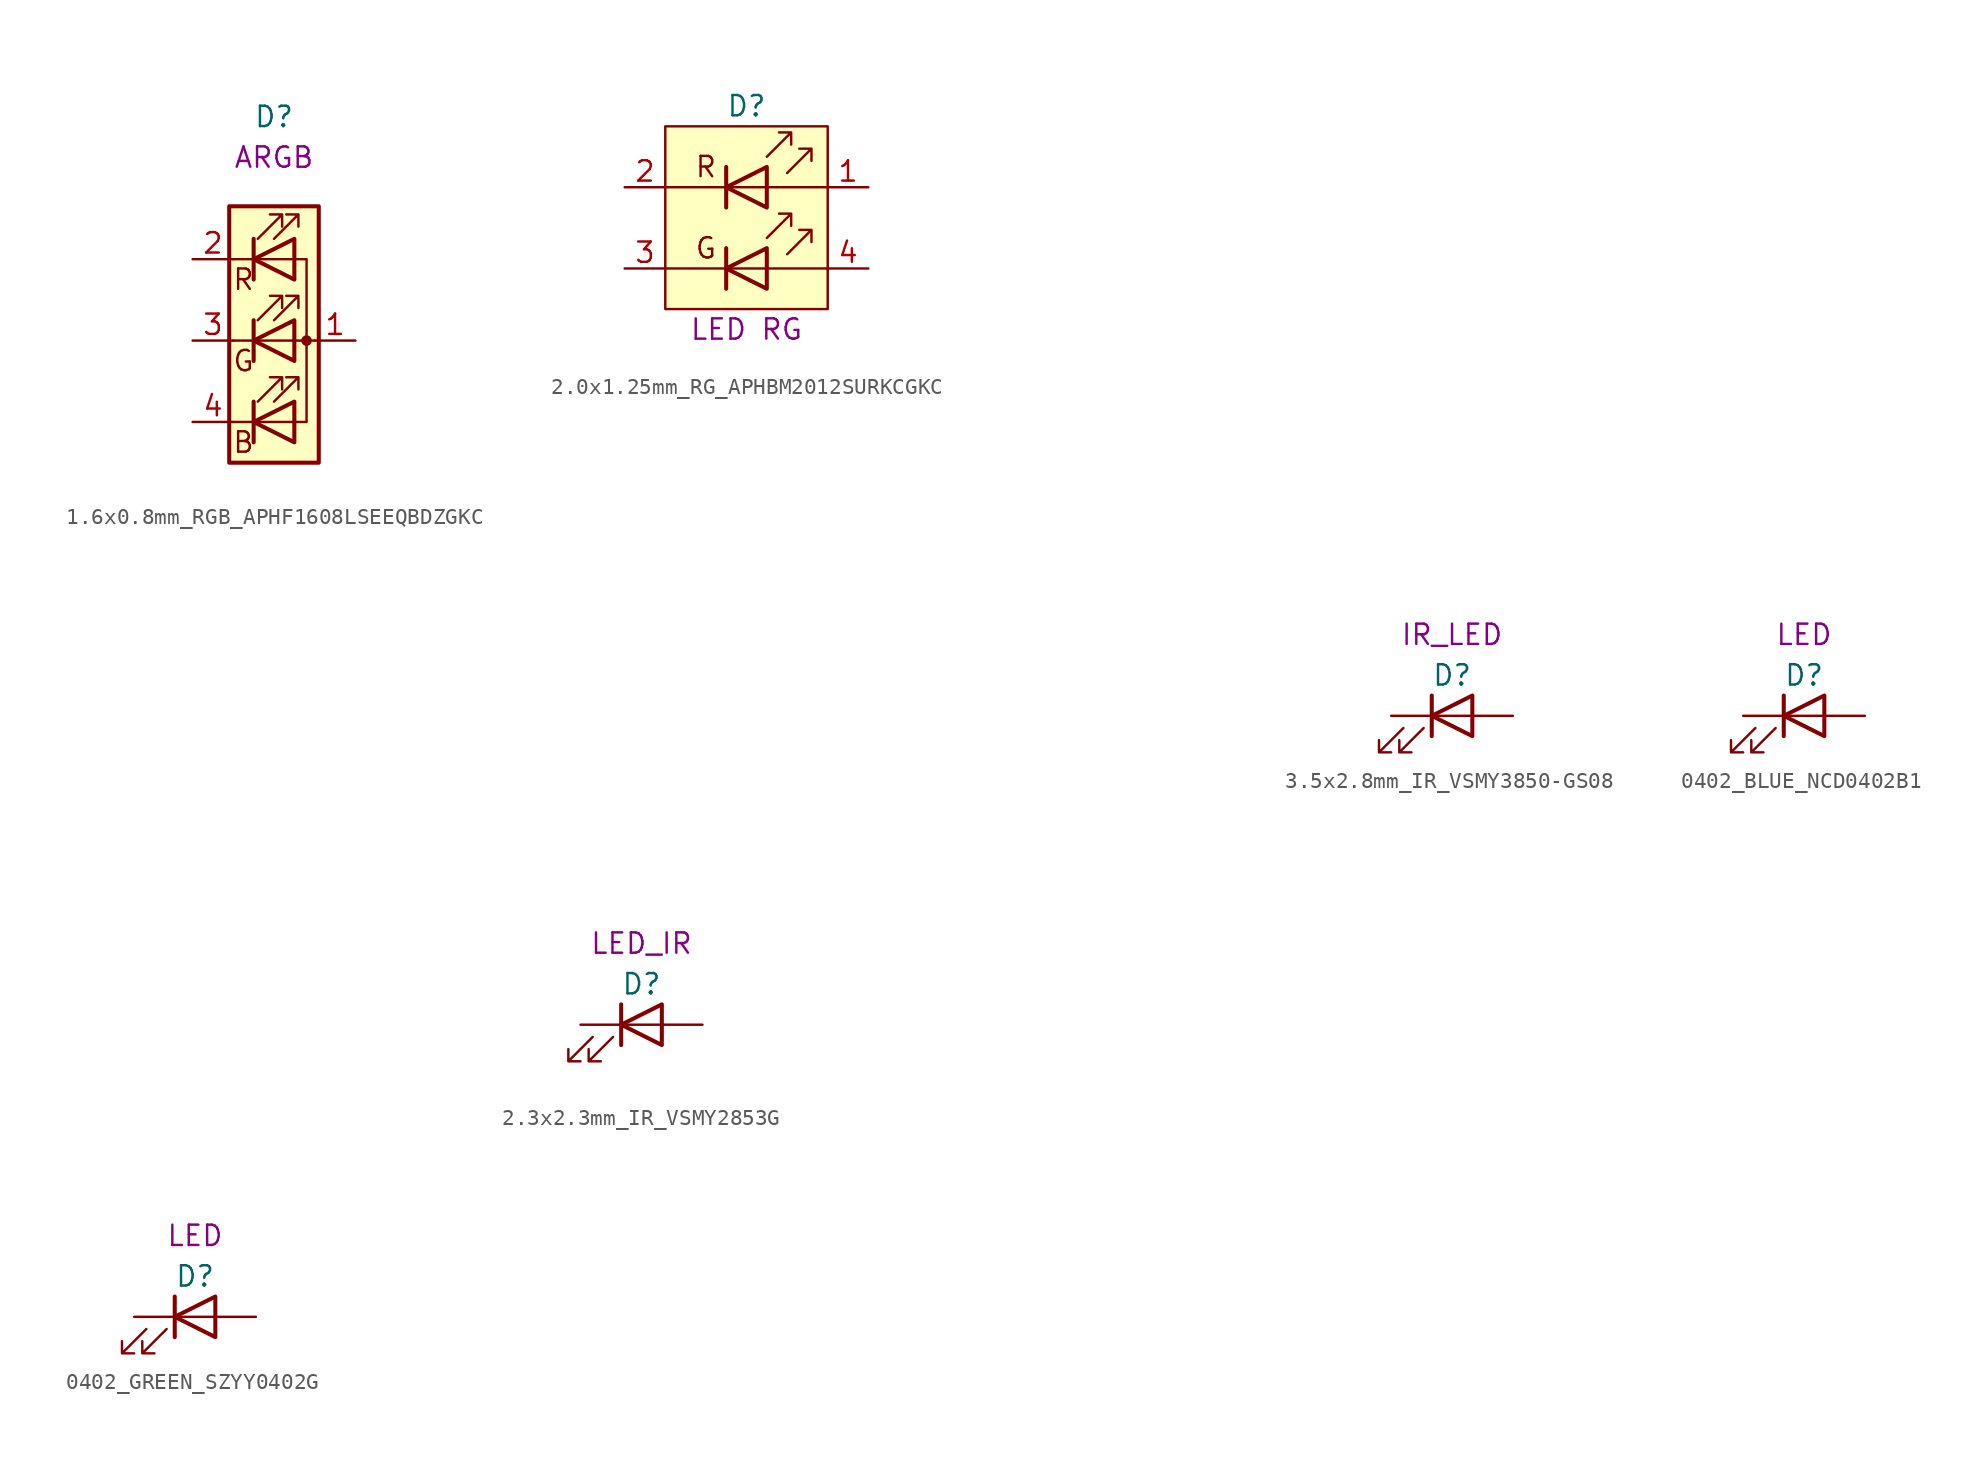
<source format=kicad_sym>
(kicad_symbol_lib
  (version 20231120)
  (generator "kicad_symbol_editor")
  (generator_version "8.0")
  (symbol "1.6x0.8mm_RGB_APHF1608LSEEQBDZGKC"
    (pin_names
      (offset 0) hide)
    (property "Reference" "D"
      (at 0 13.97 0)
      (effects (font (size 1.27 1.27))))
    (property "UserValue" "ARGB"
      (at 0 11.43 0)
      (effects (font (size 1.27 1.27))))
    (symbol "1.6x0.8mm_RGB_APHF1608LSEEQBDZGKC_0_0"
      (text "B" (at -1.905 -6.35 0) (effects (font (size 1.27 1.27))))
      (text "G" (at -1.905 -1.27 0) (effects (font (size 1.27 1.27))))
      (text "R" (at -1.905 3.81 0) (effects (font (size 1.27 1.27)))))
    (symbol "1.6x0.8mm_RGB_APHF1608LSEEQBDZGKC_0_1"
      (polyline (pts (xy -1.27 -5.08) (xy -2.54 -5.08)) (stroke (width 0) (type default)) (fill (type none)))
      (polyline (pts (xy -1.27 -5.08) (xy 1.27 -5.08)) (stroke (width 0) (type default)) (fill (type none)))
      (polyline (pts (xy -1.27 -3.81) (xy -1.27 -6.35)) (stroke (width 0.254) (type default)) (fill (type none)))
      (polyline (pts (xy -1.27 0) (xy -2.54 0)) (stroke (width 0) (type default)) (fill (type none)))
      (polyline (pts (xy -1.27 1.27) (xy -1.27 -1.27)) (stroke (width 0.254) (type default)) (fill (type none)))
      (polyline (pts (xy -1.27 5.08) (xy -2.54 5.08)) (stroke (width 0) (type default)) (fill (type none)))
      (polyline (pts (xy -1.27 5.08) (xy 1.27 5.08)) (stroke (width 0) (type default)) (fill (type none)))
      (polyline (pts (xy -1.27 6.35) (xy -1.27 3.81)) (stroke (width 0.254) (type default)) (fill (type none)))
      (polyline (pts (xy 1.27 0) (xy -1.27 0)) (stroke (width 0) (type default)) (fill (type none)))
      (polyline (pts (xy 1.27 0) (xy 2.54 0)) (stroke (width 0) (type default)) (fill (type none)))
      (polyline (pts (xy -1.27 1.27) (xy -1.27 -1.27) (xy -1.27 -1.27)) (stroke (width 0) (type default)) (fill (type none)))
      (polyline (pts (xy -1.27 6.35) (xy -1.27 3.81) (xy -1.27 3.81)) (stroke (width 0) (type default)) (fill (type none)))
      (polyline (pts (xy 1.27 -5.08) (xy 2.032 -5.08) (xy 2.032 5.08) (xy 1.27 5.08)) (stroke (width 0) (type default)) (fill (type none)))
      (polyline (pts (xy 1.27 -3.81) (xy 1.27 -6.35) (xy -1.27 -5.08) (xy 1.27 -3.81)) (stroke (width 0.254) (type default)) (fill (type none)))
      (polyline (pts (xy 1.27 1.27) (xy 1.27 -1.27) (xy -1.27 0) (xy 1.27 1.27)) (stroke (width 0.254) (type default)) (fill (type none)))
      (polyline (pts (xy 1.27 6.35) (xy 1.27 3.81) (xy -1.27 5.08) (xy 1.27 6.35)) (stroke (width 0.254) (type default)) (fill (type none)))
      (polyline (pts (xy -1.016 -3.81) (xy 0.508 -2.286) (xy -0.254 -2.286) (xy 0.508 -2.286) (xy 0.508 -3.048)) (stroke (width 0) (type default)) (fill (type none)))
      (polyline (pts (xy -1.016 1.27) (xy 0.508 2.794) (xy -0.254 2.794) (xy 0.508 2.794) (xy 0.508 2.032)) (stroke (width 0) (type default)) (fill (type none)))
      (polyline (pts (xy -1.016 6.35) (xy 0.508 7.874) (xy -0.254 7.874) (xy 0.508 7.874) (xy 0.508 7.112)) (stroke (width 0) (type default)) (fill (type none)))
      (polyline (pts (xy 0 -3.81) (xy 1.524 -2.286) (xy 0.762 -2.286) (xy 1.524 -2.286) (xy 1.524 -3.048)) (stroke (width 0) (type default)) (fill (type none)))
      (polyline (pts (xy 0 1.27) (xy 1.524 2.794) (xy 0.762 2.794) (xy 1.524 2.794) (xy 1.524 2.032)) (stroke (width 0) (type default)) (fill (type none)))
      (polyline (pts (xy 0 6.35) (xy 1.524 7.874) (xy 0.762 7.874) (xy 1.524 7.874) (xy 1.524 7.112)) (stroke (width 0) (type default)) (fill (type none)))
      (rectangle (start 1.27 -1.27) (end 1.27 1.27) (stroke (width 0) (type default)) (fill (type none)))
      (rectangle (start 1.27 1.27) (end 1.27 1.27) (stroke (width 0) (type default)) (fill (type none)))
      (rectangle (start 1.27 3.81) (end 1.27 6.35) (stroke (width 0) (type default)) (fill (type none)))
      (rectangle (start 1.27 6.35) (end 1.27 6.35) (stroke (width 0) (type default)) (fill (type none)))
      (circle (center 2.032 0) (radius 0.254) (stroke (width 0) (type default)) (fill (type outline)))
      (rectangle (start 2.794 8.382) (end -2.794 -7.62) (stroke (width 0.254) (type default)) (fill (type background))))
    (symbol "1.6x0.8mm_RGB_APHF1608LSEEQBDZGKC_1_1"
      (pin passive line (at 5.08 0 180) (length 2.54) (name "A" (effects (font (size 1.27 1.27)))) (number "1" (effects (font (size 1.27 1.27)))))
      (pin passive line (at -5.08 5.08 0) (length 2.54) (name "RK" (effects (font (size 1.27 1.27)))) (number "2" (effects (font (size 1.27 1.27)))))
      (pin passive line (at -5.08 0 0) (length 2.54) (name "GK" (effects (font (size 1.27 1.27)))) (number "3" (effects (font (size 1.27 1.27)))))
      (pin passive line (at -5.08 -5.08 0) (length 2.54) (name "BK" (effects (font (size 1.27 1.27)))) (number "4" (effects (font (size 1.27 1.27)))))))
  (symbol "2.0x1.25mm_RG_APHBM2012SURKCGKC"
    (pin_names
      (offset 0) hide)
    (property "Reference" "D"
      (at 0 7.62 0)
      (effects (font (size 1.27 1.27))))
    (property "UserValue" "LED RG"
      (at 0 -6.35 0)
      (effects (font (size 1.27 1.27))))
    (symbol "2.0x1.25mm_RG_APHBM2012SURKCGKC_0_0"
      (text "G" (at -2.54 -1.27 0) (effects (font (size 1.27 1.27))))
      (text "R" (at -2.54 3.81 0) (effects (font (size 1.27 1.27)))))
    (symbol "2.0x1.25mm_RG_APHBM2012SURKCGKC_0_1"
      (rectangle (start -5.08 6.35) (end 5.08 -5.08) (stroke (width 0) (type default)) (fill (type background)))
      (polyline (pts (xy -5.08 2.54) (xy 1.27 2.54)) (stroke (width 0) (type default)) (fill (type none)))
      (polyline (pts (xy -1.27 -1.27) (xy -1.27 -3.81)) (stroke (width 0.254) (type default)) (fill (type none)))
      (polyline (pts (xy -1.27 1.27) (xy -1.27 3.81)) (stroke (width 0.254) (type default)) (fill (type none)))
      (polyline (pts (xy 5.08 -2.54) (xy -5.08 -2.54)) (stroke (width 0) (type default)) (fill (type none)))
      (polyline (pts (xy 5.08 2.54) (xy 1.27 2.54)) (stroke (width 0) (type default)) (fill (type none)))
      (polyline (pts (xy 1.27 -3.81) (xy 1.27 -1.27) (xy -1.27 -2.54) (xy 1.27 -3.81)) (stroke (width 0.254) (type default)) (fill (type none)))
      (polyline (pts (xy 1.27 1.27) (xy 1.27 3.81) (xy -1.27 2.54) (xy 1.27 1.27)) (stroke (width 0.254) (type default)) (fill (type none)))
      (polyline (pts (xy 1.27 -0.635) (xy 2.794 0.889) (xy 2.032 0.889) (xy 2.794 0.889) (xy 2.794 0.127)) (stroke (width 0) (type default)) (fill (type none)))
      (polyline (pts (xy 1.27 4.445) (xy 2.794 5.969) (xy 2.032 5.969) (xy 2.794 5.969) (xy 2.794 5.207)) (stroke (width 0) (type default)) (fill (type none)))
      (polyline (pts (xy 2.54 -1.651) (xy 4.064 -0.127) (xy 3.302 -0.127) (xy 4.064 -0.127) (xy 4.064 -0.889)) (stroke (width 0) (type default)) (fill (type none)))
      (polyline (pts (xy 2.54 3.429) (xy 4.064 4.953) (xy 3.302 4.953) (xy 4.064 4.953) (xy 4.064 4.191)) (stroke (width 0) (type default)) (fill (type none))))
    (symbol "2.0x1.25mm_RG_APHBM2012SURKCGKC_1_1"
      (pin input line (at 7.62 2.54 180) (length 2.54) (name "A1" (effects (font (size 1.27 1.27)))) (number "1" (effects (font (size 1.27 1.27)))))
      (pin input line (at -7.62 2.54 0) (length 2.54) (name "K1" (effects (font (size 1.27 1.27)))) (number "2" (effects (font (size 1.27 1.27)))))
      (pin input line (at -7.62 -2.54 0) (length 2.54) (name "K2" (effects (font (size 1.27 1.27)))) (number "3" (effects (font (size 1.27 1.27)))))
      (pin input line (at 7.62 -2.54 180) (length 2.54) (name "A2" (effects (font (size 1.27 1.27)))) (number "4" (effects (font (size 1.27 1.27)))))))
  (symbol "2.3x2.3mm_IR_VSMY2853G"
    (pin_numbers hide)
    (pin_names
      (offset 1.016) hide)
    (property "Reference" "D"
      (at 0 2.54 0)
      (effects (font (size 1.27 1.27))))
    (property "UserValue" "LED_IR"
      (at 0 5.08 0)
      (effects (font (size 1.27 1.27))))
    (symbol "2.3x2.3mm_IR_VSMY2853G_0_1"
      (polyline (pts (xy -1.27 -1.27) (xy -1.27 1.27)) (stroke (width 0.254) (type default)) (fill (type none)))
      (polyline (pts (xy -1.27 0) (xy 1.27 0)) (stroke (width 0) (type default)) (fill (type none)))
      (polyline (pts (xy 1.27 -1.27) (xy 1.27 1.27) (xy -1.27 0) (xy 1.27 -1.27)) (stroke (width 0.254) (type default)) (fill (type none)))
      (polyline (pts (xy -3.048 -0.762) (xy -4.572 -2.286) (xy -3.81 -2.286) (xy -4.572 -2.286) (xy -4.572 -1.524)) (stroke (width 0) (type default)) (fill (type none)))
      (polyline (pts (xy -1.778 -0.762) (xy -3.302 -2.286) (xy -2.54 -2.286) (xy -3.302 -2.286) (xy -3.302 -1.524)) (stroke (width 0) (type default)) (fill (type none))))
    (symbol "2.3x2.3mm_IR_VSMY2853G_1_1"
      (text private "NOTE:\nLEAD 1 is Anode given the reel spec, VSMY2853G DS, page 6" (at 0 21.59 0) (effects (font (size 1.27 1.27))))
      (pin passive line (at 3.81 0 180) (length 2.54) (name "A" (effects (font (size 1.27 1.27)))) (number "1" (effects (font (size 1.27 1.27)))))
      (pin passive line (at -3.81 0 0) (length 2.54) (name "K" (effects (font (size 1.27 1.27)))) (number "2" (effects (font (size 1.27 1.27)))))))
  (symbol "3.5x2.8mm_IR_VSMY3850-GS08"
    (pin_numbers hide)
    (pin_names
      (offset 1.016) hide)
    (property "Reference" "D"
      (at 0 2.54 0)
      (effects (font (size 1.27 1.27))))
    (property "UserValue" "IR_LED"
      (at 0 5.08 0)
      (effects (font (size 1.27 1.27))))
    (symbol "3.5x2.8mm_IR_VSMY3850-GS08_0_1"
      (polyline (pts (xy -1.27 -1.27) (xy -1.27 1.27)) (stroke (width 0.254) (type default)) (fill (type none)))
      (polyline (pts (xy -1.27 0) (xy 1.27 0)) (stroke (width 0) (type default)) (fill (type none)))
      (polyline (pts (xy 1.27 -1.27) (xy 1.27 1.27) (xy -1.27 0) (xy 1.27 -1.27)) (stroke (width 0.254) (type default)) (fill (type none)))
      (polyline (pts (xy -3.048 -0.762) (xy -4.572 -2.286) (xy -3.81 -2.286) (xy -4.572 -2.286) (xy -4.572 -1.524)) (stroke (width 0) (type default)) (fill (type none)))
      (polyline (pts (xy -1.778 -0.762) (xy -3.302 -2.286) (xy -2.54 -2.286) (xy -3.302 -2.286) (xy -3.302 -1.524)) (stroke (width 0) (type default)) (fill (type none))))
    (symbol "3.5x2.8mm_IR_VSMY3850-GS08_1_1"
      (pin passive line (at 3.81 0 180) (length 2.54) (name "A" (effects (font (size 1.27 1.27)))) (number "A" (effects (font (size 1.27 1.27)))))
      (pin passive line (at -3.81 0 0) (length 2.54) (name "K" (effects (font (size 1.27 1.27)))) (number "C" (effects (font (size 1.27 1.27)))))))
  (symbol "0402_BLUE_NCD0402B1"
    (pin_numbers hide)
    (pin_names
      (offset 1.016) hide)
    (property "Reference" "D"
      (at 0 2.54 0)
      (effects (font (size 1.27 1.27))))
    (property "UserValue" "LED"
      (at 0 5.08 0)
      (effects (font (size 1.27 1.27))))
    (symbol "0402_BLUE_NCD0402B1_0_1"
      (polyline (pts (xy -1.27 -1.27) (xy -1.27 1.27)) (stroke (width 0.254) (type default)) (fill (type none)))
      (polyline (pts (xy -1.27 0) (xy 1.27 0)) (stroke (width 0) (type default)) (fill (type none)))
      (polyline (pts (xy 1.27 -1.27) (xy 1.27 1.27) (xy -1.27 0) (xy 1.27 -1.27)) (stroke (width 0.254) (type default)) (fill (type none)))
      (polyline (pts (xy -3.048 -0.762) (xy -4.572 -2.286) (xy -3.81 -2.286) (xy -4.572 -2.286) (xy -4.572 -1.524)) (stroke (width 0) (type default)) (fill (type none)))
      (polyline (pts (xy -1.778 -0.762) (xy -3.302 -2.286) (xy -2.54 -2.286) (xy -3.302 -2.286) (xy -3.302 -1.524)) (stroke (width 0) (type default)) (fill (type none))))
    (symbol "0402_BLUE_NCD0402B1_1_1"
      (pin passive line (at -3.81 0 0) (length 2.54) (name "K" (effects (font (size 1.27 1.27)))) (number "1" (effects (font (size 1.27 1.27)))))
      (pin passive line (at 3.81 0 180) (length 2.54) (name "A" (effects (font (size 1.27 1.27)))) (number "2" (effects (font (size 1.27 1.27)))))))
  (symbol "0402_GREEN_SZYY0402G"
    (pin_numbers hide)
    (pin_names
      (offset 1.016) hide)
    (property "Reference" "D"
      (at 0 2.54 0)
      (effects (font (size 1.27 1.27))))
    (property "UserValue" "LED"
      (at 0 5.08 0)
      (effects (font (size 1.27 1.27))))
    (symbol "0402_GREEN_SZYY0402G_0_1"
      (polyline (pts (xy -1.27 -1.27) (xy -1.27 1.27)) (stroke (width 0.254) (type default)) (fill (type none)))
      (polyline (pts (xy -1.27 0) (xy 1.27 0)) (stroke (width 0) (type default)) (fill (type none)))
      (polyline (pts (xy 1.27 -1.27) (xy 1.27 1.27) (xy -1.27 0) (xy 1.27 -1.27)) (stroke (width 0.254) (type default)) (fill (type none)))
      (polyline (pts (xy -3.048 -0.762) (xy -4.572 -2.286) (xy -3.81 -2.286) (xy -4.572 -2.286) (xy -4.572 -1.524)) (stroke (width 0) (type default)) (fill (type none)))
      (polyline (pts (xy -1.778 -0.762) (xy -3.302 -2.286) (xy -2.54 -2.286) (xy -3.302 -2.286) (xy -3.302 -1.524)) (stroke (width 0) (type default)) (fill (type none))))
    (symbol "0402_GREEN_SZYY0402G_1_1"
      (pin passive line (at -3.81 0 0) (length 2.54) (name "K" (effects (font (size 1.27 1.27)))) (number "1" (effects (font (size 1.27 1.27)))))
      (pin passive line (at 3.81 0 180) (length 2.54) (name "A" (effects (font (size 1.27 1.27)))) (number "2" (effects (font (size 1.27 1.27))))))))
</source>
